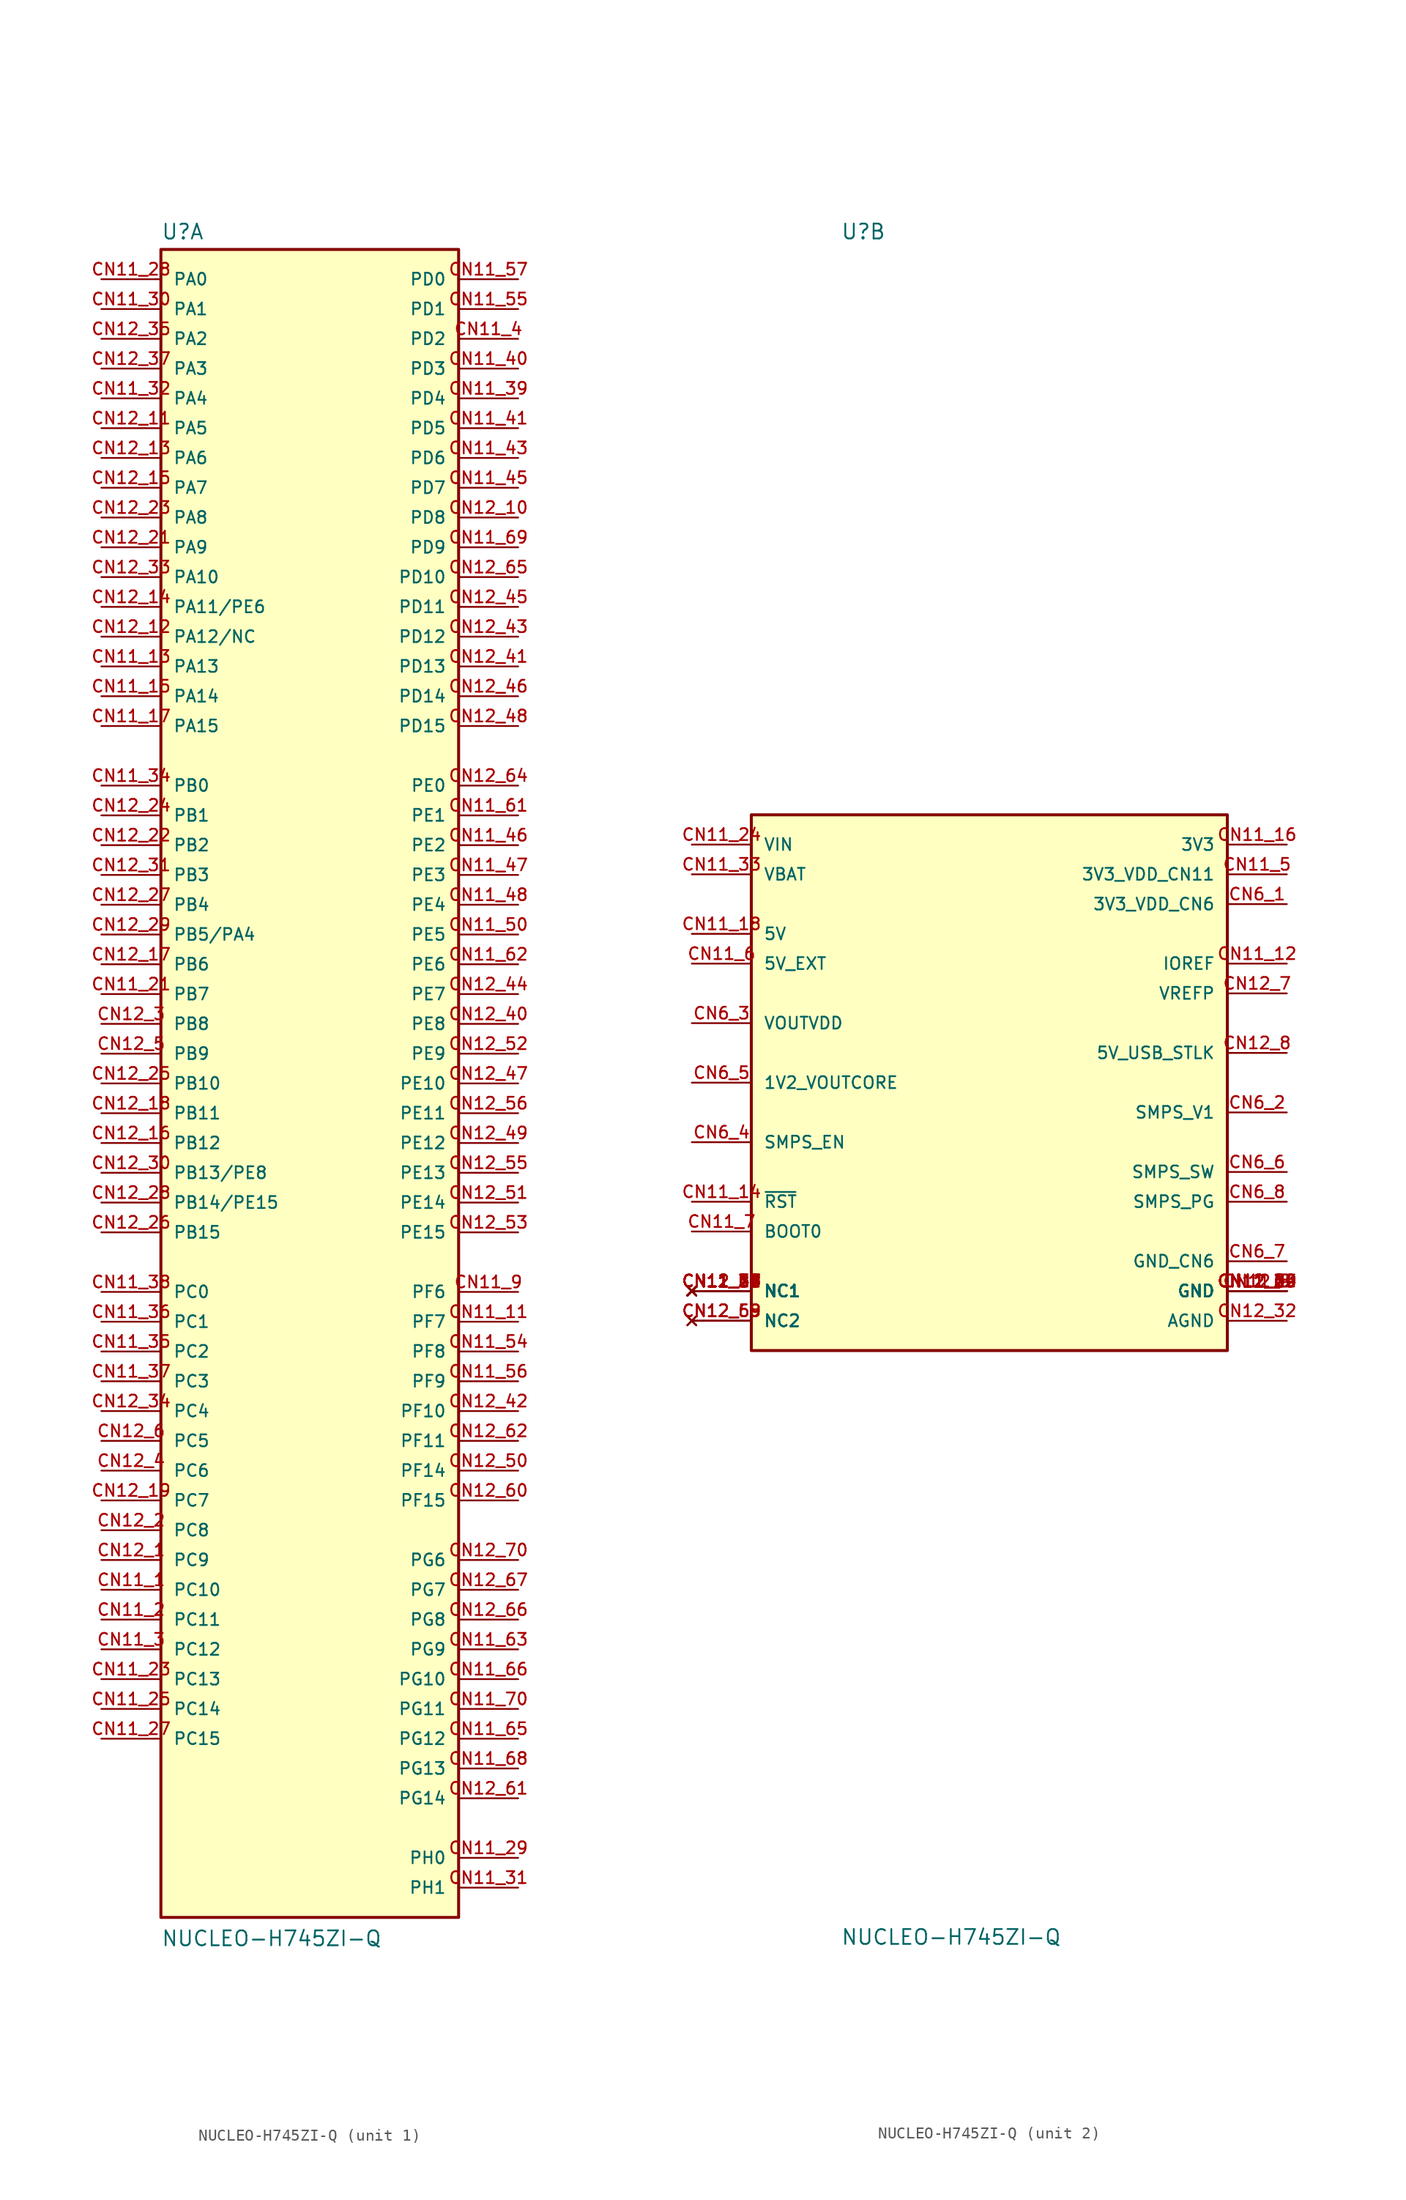
<source format=kicad_sym>
(kicad_symbol_lib
  (version 20211014)
  (generator kicad_symbol_editor)
  (symbol "NUCLEO-H745ZI-Q"
    (pin_names
      (offset 1.016))
    (property "Reference" "U"
      (at -12.7 71.882 0)
      (effects (font (size 1.27 1.27)) (justify left bottom)))
    (property "Value" "NUCLEO-H745ZI-Q"
      (at -12.7 -73.66 0)
      (effects (font (size 1.27 1.27)) (justify left bottom)))
    (symbol "NUCLEO-H745ZI-Q_1_0"
      (rectangle (start -12.7 -71.12) (end 12.7 71.12) (stroke (width 0.254) (type default) (color 0 0 0 0)) (fill (type background)))
      (pin bidirectional line (at -17.78 -43.18 0) (length 5.08) (name "PC10" (effects (font (size 1.016 1.016)))) (number "CN11_1" (effects (font (size 1.016 1.016)))))
      (pin bidirectional line (at 17.78 -20.32 180) (length 5.08) (name "PF7" (effects (font (size 1.016 1.016)))) (number "CN11_11" (effects (font (size 1.016 1.016)))))
      (pin bidirectional line (at -17.78 35.56 0) (length 5.08) (name "PA13" (effects (font (size 1.016 1.016)))) (number "CN11_13" (effects (font (size 1.016 1.016)))))
      (pin bidirectional line (at -17.78 33.02 0) (length 5.08) (name "PA14" (effects (font (size 1.016 1.016)))) (number "CN11_15" (effects (font (size 1.016 1.016)))))
      (pin bidirectional line (at -17.78 30.48 0) (length 5.08) (name "PA15" (effects (font (size 1.016 1.016)))) (number "CN11_17" (effects (font (size 1.016 1.016)))))
      (pin bidirectional line (at -17.78 -45.72 0) (length 5.08) (name "PC11" (effects (font (size 1.016 1.016)))) (number "CN11_2" (effects (font (size 1.016 1.016)))))
      (pin bidirectional line (at -17.78 7.62 0) (length 5.08) (name "PB7" (effects (font (size 1.016 1.016)))) (number "CN11_21" (effects (font (size 1.016 1.016)))))
      (pin bidirectional line (at -17.78 -50.8 0) (length 5.08) (name "PC13" (effects (font (size 1.016 1.016)))) (number "CN11_23" (effects (font (size 1.016 1.016)))))
      (pin bidirectional line (at -17.78 -53.34 0) (length 5.08) (name "PC14" (effects (font (size 1.016 1.016)))) (number "CN11_25" (effects (font (size 1.016 1.016)))))
      (pin bidirectional line (at -17.78 -55.88 0) (length 5.08) (name "PC15" (effects (font (size 1.016 1.016)))) (number "CN11_27" (effects (font (size 1.016 1.016)))))
      (pin bidirectional line (at -17.78 68.58 0) (length 5.08) (name "PA0" (effects (font (size 1.016 1.016)))) (number "CN11_28" (effects (font (size 1.016 1.016)))))
      (pin bidirectional line (at 17.78 -66.04 180) (length 5.08) (name "PH0" (effects (font (size 1.016 1.016)))) (number "CN11_29" (effects (font (size 1.016 1.016)))))
      (pin bidirectional line (at -17.78 -48.26 0) (length 5.08) (name "PC12" (effects (font (size 1.016 1.016)))) (number "CN11_3" (effects (font (size 1.016 1.016)))))
      (pin bidirectional line (at -17.78 66.04 0) (length 5.08) (name "PA1" (effects (font (size 1.016 1.016)))) (number "CN11_30" (effects (font (size 1.016 1.016)))))
      (pin bidirectional line (at 17.78 -68.58 180) (length 5.08) (name "PH1" (effects (font (size 1.016 1.016)))) (number "CN11_31" (effects (font (size 1.016 1.016)))))
      (pin bidirectional line (at -17.78 58.42 0) (length 5.08) (name "PA4" (effects (font (size 1.016 1.016)))) (number "CN11_32" (effects (font (size 1.016 1.016)))))
      (pin bidirectional line (at -17.78 25.4 0) (length 5.08) (name "PB0" (effects (font (size 1.016 1.016)))) (number "CN11_34" (effects (font (size 1.016 1.016)))))
      (pin bidirectional line (at -17.78 -22.86 0) (length 5.08) (name "PC2" (effects (font (size 1.016 1.016)))) (number "CN11_35" (effects (font (size 1.016 1.016)))))
      (pin bidirectional line (at -17.78 -20.32 0) (length 5.08) (name "PC1" (effects (font (size 1.016 1.016)))) (number "CN11_36" (effects (font (size 1.016 1.016)))))
      (pin bidirectional line (at -17.78 -25.4 0) (length 5.08) (name "PC3" (effects (font (size 1.016 1.016)))) (number "CN11_37" (effects (font (size 1.016 1.016)))))
      (pin bidirectional line (at -17.78 -17.78 0) (length 5.08) (name "PC0" (effects (font (size 1.016 1.016)))) (number "CN11_38" (effects (font (size 1.016 1.016)))))
      (pin bidirectional line (at 17.78 58.42 180) (length 5.08) (name "PD4" (effects (font (size 1.016 1.016)))) (number "CN11_39" (effects (font (size 1.016 1.016)))))
      (pin bidirectional line (at 17.78 63.5 180) (length 5.08) (name "PD2" (effects (font (size 1.016 1.016)))) (number "CN11_4" (effects (font (size 1.016 1.016)))))
      (pin bidirectional line (at 17.78 60.96 180) (length 5.08) (name "PD3" (effects (font (size 1.016 1.016)))) (number "CN11_40" (effects (font (size 1.016 1.016)))))
      (pin bidirectional line (at 17.78 55.88 180) (length 5.08) (name "PD5" (effects (font (size 1.016 1.016)))) (number "CN11_41" (effects (font (size 1.016 1.016)))))
      (pin bidirectional line (at 17.78 53.34 180) (length 5.08) (name "PD6" (effects (font (size 1.016 1.016)))) (number "CN11_43" (effects (font (size 1.016 1.016)))))
      (pin bidirectional line (at 17.78 50.8 180) (length 5.08) (name "PD7" (effects (font (size 1.016 1.016)))) (number "CN11_45" (effects (font (size 1.016 1.016)))))
      (pin bidirectional line (at 17.78 20.32 180) (length 5.08) (name "PE2" (effects (font (size 1.016 1.016)))) (number "CN11_46" (effects (font (size 1.016 1.016)))))
      (pin bidirectional line (at 17.78 17.78 180) (length 5.08) (name "PE3" (effects (font (size 1.016 1.016)))) (number "CN11_47" (effects (font (size 1.016 1.016)))))
      (pin bidirectional line (at 17.78 15.24 180) (length 5.08) (name "PE4" (effects (font (size 1.016 1.016)))) (number "CN11_48" (effects (font (size 1.016 1.016)))))
      (pin bidirectional line (at 17.78 12.7 180) (length 5.08) (name "PE5" (effects (font (size 1.016 1.016)))) (number "CN11_50" (effects (font (size 1.016 1.016)))))
      (pin bidirectional line (at 17.78 -22.86 180) (length 5.08) (name "PF8" (effects (font (size 1.016 1.016)))) (number "CN11_54" (effects (font (size 1.016 1.016)))))
      (pin bidirectional line (at 17.78 66.04 180) (length 5.08) (name "PD1" (effects (font (size 1.016 1.016)))) (number "CN11_55" (effects (font (size 1.016 1.016)))))
      (pin bidirectional line (at 17.78 -25.4 180) (length 5.08) (name "PF9" (effects (font (size 1.016 1.016)))) (number "CN11_56" (effects (font (size 1.016 1.016)))))
      (pin bidirectional line (at 17.78 68.58 180) (length 5.08) (name "PD0" (effects (font (size 1.016 1.016)))) (number "CN11_57" (effects (font (size 1.016 1.016)))))
      (pin bidirectional line (at 17.78 22.86 180) (length 5.08) (name "PE1" (effects (font (size 1.016 1.016)))) (number "CN11_61" (effects (font (size 1.016 1.016)))))
      (pin bidirectional line (at 17.78 10.16 180) (length 5.08) (name "PE6" (effects (font (size 1.016 1.016)))) (number "CN11_62" (effects (font (size 1.016 1.016)))))
      (pin bidirectional line (at 17.78 -48.26 180) (length 5.08) (name "PG9" (effects (font (size 1.016 1.016)))) (number "CN11_63" (effects (font (size 1.016 1.016)))))
      (pin bidirectional line (at 17.78 -55.88 180) (length 5.08) (name "PG12" (effects (font (size 1.016 1.016)))) (number "CN11_65" (effects (font (size 1.016 1.016)))))
      (pin bidirectional line (at 17.78 -50.8 180) (length 5.08) (name "PG10" (effects (font (size 1.016 1.016)))) (number "CN11_66" (effects (font (size 1.016 1.016)))))
      (pin bidirectional line (at 17.78 -58.42 180) (length 5.08) (name "PG13" (effects (font (size 1.016 1.016)))) (number "CN11_68" (effects (font (size 1.016 1.016)))))
      (pin bidirectional line (at 17.78 45.72 180) (length 5.08) (name "PD9" (effects (font (size 1.016 1.016)))) (number "CN11_69" (effects (font (size 1.016 1.016)))))
      (pin bidirectional line (at 17.78 -53.34 180) (length 5.08) (name "PG11" (effects (font (size 1.016 1.016)))) (number "CN11_70" (effects (font (size 1.016 1.016)))))
      (pin bidirectional line (at 17.78 -17.78 180) (length 5.08) (name "PF6" (effects (font (size 1.016 1.016)))) (number "CN11_9" (effects (font (size 1.016 1.016)))))
      (pin bidirectional line (at -17.78 -40.64 0) (length 5.08) (name "PC9" (effects (font (size 1.016 1.016)))) (number "CN12_1" (effects (font (size 1.016 1.016)))))
      (pin bidirectional line (at 17.78 48.26 180) (length 5.08) (name "PD8" (effects (font (size 1.016 1.016)))) (number "CN12_10" (effects (font (size 1.016 1.016)))))
      (pin bidirectional line (at -17.78 55.88 0) (length 5.08) (name "PA5" (effects (font (size 1.016 1.016)))) (number "CN12_11" (effects (font (size 1.016 1.016)))))
      (pin bidirectional line (at -17.78 38.1 0) (length 5.08) (name "PA12/NC" (effects (font (size 1.016 1.016)))) (number "CN12_12" (effects (font (size 1.016 1.016)))))
      (pin bidirectional line (at -17.78 53.34 0) (length 5.08) (name "PA6" (effects (font (size 1.016 1.016)))) (number "CN12_13" (effects (font (size 1.016 1.016)))))
      (pin bidirectional line (at -17.78 40.64 0) (length 5.08) (name "PA11/PE6" (effects (font (size 1.016 1.016)))) (number "CN12_14" (effects (font (size 1.016 1.016)))))
      (pin bidirectional line (at -17.78 50.8 0) (length 5.08) (name "PA7" (effects (font (size 1.016 1.016)))) (number "CN12_15" (effects (font (size 1.016 1.016)))))
      (pin bidirectional line (at -17.78 -5.08 0) (length 5.08) (name "PB12" (effects (font (size 1.016 1.016)))) (number "CN12_16" (effects (font (size 1.016 1.016)))))
      (pin bidirectional line (at -17.78 10.16 0) (length 5.08) (name "PB6" (effects (font (size 1.016 1.016)))) (number "CN12_17" (effects (font (size 1.016 1.016)))))
      (pin bidirectional line (at -17.78 -2.54 0) (length 5.08) (name "PB11" (effects (font (size 1.016 1.016)))) (number "CN12_18" (effects (font (size 1.016 1.016)))))
      (pin bidirectional line (at -17.78 -35.56 0) (length 5.08) (name "PC7" (effects (font (size 1.016 1.016)))) (number "CN12_19" (effects (font (size 1.016 1.016)))))
      (pin bidirectional line (at -17.78 -38.1 0) (length 5.08) (name "PC8" (effects (font (size 1.016 1.016)))) (number "CN12_2" (effects (font (size 1.016 1.016)))))
      (pin bidirectional line (at -17.78 45.72 0) (length 5.08) (name "PA9" (effects (font (size 1.016 1.016)))) (number "CN12_21" (effects (font (size 1.016 1.016)))))
      (pin bidirectional line (at -17.78 20.32 0) (length 5.08) (name "PB2" (effects (font (size 1.016 1.016)))) (number "CN12_22" (effects (font (size 1.016 1.016)))))
      (pin bidirectional line (at -17.78 48.26 0) (length 5.08) (name "PA8" (effects (font (size 1.016 1.016)))) (number "CN12_23" (effects (font (size 1.016 1.016)))))
      (pin bidirectional line (at -17.78 22.86 0) (length 5.08) (name "PB1" (effects (font (size 1.016 1.016)))) (number "CN12_24" (effects (font (size 1.016 1.016)))))
      (pin bidirectional line (at -17.78 0 0) (length 5.08) (name "PB10" (effects (font (size 1.016 1.016)))) (number "CN12_25" (effects (font (size 1.016 1.016)))))
      (pin bidirectional line (at -17.78 -12.7 0) (length 5.08) (name "PB15" (effects (font (size 1.016 1.016)))) (number "CN12_26" (effects (font (size 1.016 1.016)))))
      (pin bidirectional line (at -17.78 15.24 0) (length 5.08) (name "PB4" (effects (font (size 1.016 1.016)))) (number "CN12_27" (effects (font (size 1.016 1.016)))))
      (pin bidirectional line (at -17.78 -10.16 0) (length 5.08) (name "PB14/PE15" (effects (font (size 1.016 1.016)))) (number "CN12_28" (effects (font (size 1.016 1.016)))))
      (pin bidirectional line (at -17.78 12.7 0) (length 5.08) (name "PB5/PA4" (effects (font (size 1.016 1.016)))) (number "CN12_29" (effects (font (size 1.016 1.016)))))
      (pin bidirectional line (at -17.78 5.08 0) (length 5.08) (name "PB8" (effects (font (size 1.016 1.016)))) (number "CN12_3" (effects (font (size 1.016 1.016)))))
      (pin bidirectional line (at -17.78 -7.62 0) (length 5.08) (name "PB13/PE8" (effects (font (size 1.016 1.016)))) (number "CN12_30" (effects (font (size 1.016 1.016)))))
      (pin bidirectional line (at -17.78 17.78 0) (length 5.08) (name "PB3" (effects (font (size 1.016 1.016)))) (number "CN12_31" (effects (font (size 1.016 1.016)))))
      (pin bidirectional line (at -17.78 43.18 0) (length 5.08) (name "PA10" (effects (font (size 1.016 1.016)))) (number "CN12_33" (effects (font (size 1.016 1.016)))))
      (pin bidirectional line (at -17.78 -27.94 0) (length 5.08) (name "PC4" (effects (font (size 1.016 1.016)))) (number "CN12_34" (effects (font (size 1.016 1.016)))))
      (pin bidirectional line (at -17.78 63.5 0) (length 5.08) (name "PA2" (effects (font (size 1.016 1.016)))) (number "CN12_35" (effects (font (size 1.016 1.016)))))
      (pin bidirectional line (at -17.78 60.96 0) (length 5.08) (name "PA3" (effects (font (size 1.016 1.016)))) (number "CN12_37" (effects (font (size 1.016 1.016)))))
      (pin bidirectional line (at -17.78 -33.02 0) (length 5.08) (name "PC6" (effects (font (size 1.016 1.016)))) (number "CN12_4" (effects (font (size 1.016 1.016)))))
      (pin bidirectional line (at 17.78 5.08 180) (length 5.08) (name "PE8" (effects (font (size 1.016 1.016)))) (number "CN12_40" (effects (font (size 1.016 1.016)))))
      (pin bidirectional line (at 17.78 35.56 180) (length 5.08) (name "PD13" (effects (font (size 1.016 1.016)))) (number "CN12_41" (effects (font (size 1.016 1.016)))))
      (pin bidirectional line (at 17.78 -27.94 180) (length 5.08) (name "PF10" (effects (font (size 1.016 1.016)))) (number "CN12_42" (effects (font (size 1.016 1.016)))))
      (pin bidirectional line (at 17.78 38.1 180) (length 5.08) (name "PD12" (effects (font (size 1.016 1.016)))) (number "CN12_43" (effects (font (size 1.016 1.016)))))
      (pin bidirectional line (at 17.78 7.62 180) (length 5.08) (name "PE7" (effects (font (size 1.016 1.016)))) (number "CN12_44" (effects (font (size 1.016 1.016)))))
      (pin bidirectional line (at 17.78 40.64 180) (length 5.08) (name "PD11" (effects (font (size 1.016 1.016)))) (number "CN12_45" (effects (font (size 1.016 1.016)))))
      (pin bidirectional line (at 17.78 33.02 180) (length 5.08) (name "PD14" (effects (font (size 1.016 1.016)))) (number "CN12_46" (effects (font (size 1.016 1.016)))))
      (pin bidirectional line (at 17.78 0 180) (length 5.08) (name "PE10" (effects (font (size 1.016 1.016)))) (number "CN12_47" (effects (font (size 1.016 1.016)))))
      (pin bidirectional line (at 17.78 30.48 180) (length 5.08) (name "PD15" (effects (font (size 1.016 1.016)))) (number "CN12_48" (effects (font (size 1.016 1.016)))))
      (pin bidirectional line (at 17.78 -5.08 180) (length 5.08) (name "PE12" (effects (font (size 1.016 1.016)))) (number "CN12_49" (effects (font (size 1.016 1.016)))))
      (pin bidirectional line (at -17.78 2.54 0) (length 5.08) (name "PB9" (effects (font (size 1.016 1.016)))) (number "CN12_5" (effects (font (size 1.016 1.016)))))
      (pin bidirectional line (at 17.78 -33.02 180) (length 5.08) (name "PF14" (effects (font (size 1.016 1.016)))) (number "CN12_50" (effects (font (size 1.016 1.016)))))
      (pin bidirectional line (at 17.78 -10.16 180) (length 5.08) (name "PE14" (effects (font (size 1.016 1.016)))) (number "CN12_51" (effects (font (size 1.016 1.016)))))
      (pin bidirectional line (at 17.78 2.54 180) (length 5.08) (name "PE9" (effects (font (size 1.016 1.016)))) (number "CN12_52" (effects (font (size 1.016 1.016)))))
      (pin bidirectional line (at 17.78 -12.7 180) (length 5.08) (name "PE15" (effects (font (size 1.016 1.016)))) (number "CN12_53" (effects (font (size 1.016 1.016)))))
      (pin bidirectional line (at 17.78 -7.62 180) (length 5.08) (name "PE13" (effects (font (size 1.016 1.016)))) (number "CN12_55" (effects (font (size 1.016 1.016)))))
      (pin bidirectional line (at 17.78 -2.54 180) (length 5.08) (name "PE11" (effects (font (size 1.016 1.016)))) (number "CN12_56" (effects (font (size 1.016 1.016)))))
      (pin bidirectional line (at -17.78 -30.48 0) (length 5.08) (name "PC5" (effects (font (size 1.016 1.016)))) (number "CN12_6" (effects (font (size 1.016 1.016)))))
      (pin bidirectional line (at 17.78 -35.56 180) (length 5.08) (name "PF15" (effects (font (size 1.016 1.016)))) (number "CN12_60" (effects (font (size 1.016 1.016)))))
      (pin bidirectional line (at 17.78 -60.96 180) (length 5.08) (name "PG14" (effects (font (size 1.016 1.016)))) (number "CN12_61" (effects (font (size 1.016 1.016)))))
      (pin bidirectional line (at 17.78 -30.48 180) (length 5.08) (name "PF11" (effects (font (size 1.016 1.016)))) (number "CN12_62" (effects (font (size 1.016 1.016)))))
      (pin bidirectional line (at 17.78 25.4 180) (length 5.08) (name "PE0" (effects (font (size 1.016 1.016)))) (number "CN12_64" (effects (font (size 1.016 1.016)))))
      (pin bidirectional line (at 17.78 43.18 180) (length 5.08) (name "PD10" (effects (font (size 1.016 1.016)))) (number "CN12_65" (effects (font (size 1.016 1.016)))))
      (pin bidirectional line (at 17.78 -45.72 180) (length 5.08) (name "PG8" (effects (font (size 1.016 1.016)))) (number "CN12_66" (effects (font (size 1.016 1.016)))))
      (pin bidirectional line (at 17.78 -43.18 180) (length 5.08) (name "PG7" (effects (font (size 1.016 1.016)))) (number "CN12_67" (effects (font (size 1.016 1.016)))))
      (pin bidirectional line (at 17.78 -40.64 180) (length 5.08) (name "PG6" (effects (font (size 1.016 1.016)))) (number "CN12_70" (effects (font (size 1.016 1.016))))))
    (symbol "NUCLEO-H745ZI-Q_2_0"
      (rectangle (start -20.32 -22.86) (end 20.32 22.86) (stroke (width 0.254) (type default) (color 0 0 0 0)) (fill (type background)))
      (pin no_connect line (at -25.4 -17.78 0) (length 5.08) (name "NC1" (effects (font (size 1.016 1.016)))) (number "CN11_10" (effects (font (size 1.016 1.016)))))
      (pin power_in line (at 25.4 10.16 180) (length 5.08) (name "IOREF" (effects (font (size 1.016 1.016)))) (number "CN11_12" (effects (font (size 1.016 1.016)))))
      (pin input line (at -25.4 -10.16 0) (length 5.08) (name "~{RST}" (effects (font (size 1.016 1.016)))) (number "CN11_14" (effects (font (size 1.016 1.016)))))
      (pin power_in line (at 25.4 20.32 180) (length 5.08) (name "3V3" (effects (font (size 1.016 1.016)))) (number "CN11_16" (effects (font (size 1.016 1.016)))))
      (pin power_in line (at -25.4 12.7 0) (length 5.08) (name "5V" (effects (font (size 1.016 1.016)))) (number "CN11_18" (effects (font (size 1.016 1.016)))))
      (pin power_in line (at 25.4 -17.78 180) (length 5.08) (name "GND" (effects (font (size 1.016 1.016)))) (number "CN11_19" (effects (font (size 1.016 1.016)))))
      (pin power_in line (at 25.4 -17.78 180) (length 5.08) (name "GND" (effects (font (size 1.016 1.016)))) (number "CN11_20" (effects (font (size 1.016 1.016)))))
      (pin power_in line (at 25.4 -17.78 180) (length 5.08) (name "GND" (effects (font (size 1.016 1.016)))) (number "CN11_22" (effects (font (size 1.016 1.016)))))
      (pin power_in line (at -25.4 20.32 0) (length 5.08) (name "VIN" (effects (font (size 1.016 1.016)))) (number "CN11_24" (effects (font (size 1.016 1.016)))))
      (pin no_connect line (at -25.4 -17.78 0) (length 5.08) (name "NC1" (effects (font (size 1.016 1.016)))) (number "CN11_26" (effects (font (size 1.016 1.016)))))
      (pin power_in line (at -25.4 17.78 0) (length 5.08) (name "VBAT" (effects (font (size 1.016 1.016)))) (number "CN11_33" (effects (font (size 1.016 1.016)))))
      (pin no_connect line (at -25.4 -17.78 0) (length 5.08) (name "NC1" (effects (font (size 1.016 1.016)))) (number "CN11_42" (effects (font (size 1.016 1.016)))))
      (pin no_connect line (at -25.4 -17.78 0) (length 5.08) (name "NC1" (effects (font (size 1.016 1.016)))) (number "CN11_44" (effects (font (size 1.016 1.016)))))
      (pin power_in line (at 25.4 -17.78 180) (length 5.08) (name "GND" (effects (font (size 1.016 1.016)))) (number "CN11_49" (effects (font (size 1.016 1.016)))))
      (pin power_in line (at 25.4 17.78 180) (length 5.08) (name "3V3_VDD_CN11" (effects (font (size 1.016 1.016)))) (number "CN11_5" (effects (font (size 1.016 1.016)))))
      (pin no_connect line (at -25.4 -17.78 0) (length 5.08) (name "NC1" (effects (font (size 1.016 1.016)))) (number "CN11_51" (effects (font (size 1.016 1.016)))))
      (pin no_connect line (at -25.4 -17.78 0) (length 5.08) (name "NC1" (effects (font (size 1.016 1.016)))) (number "CN11_52" (effects (font (size 1.016 1.016)))))
      (pin no_connect line (at -25.4 -17.78 0) (length 5.08) (name "NC1" (effects (font (size 1.016 1.016)))) (number "CN11_53" (effects (font (size 1.016 1.016)))))
      (pin no_connect line (at -25.4 -17.78 0) (length 5.08) (name "NC1" (effects (font (size 1.016 1.016)))) (number "CN11_58" (effects (font (size 1.016 1.016)))))
      (pin no_connect line (at -25.4 -17.78 0) (length 5.08) (name "NC1" (effects (font (size 1.016 1.016)))) (number "CN11_59" (effects (font (size 1.016 1.016)))))
      (pin power_in line (at -25.4 10.16 0) (length 5.08) (name "5V_EXT" (effects (font (size 1.016 1.016)))) (number "CN11_6" (effects (font (size 1.016 1.016)))))
      (pin power_in line (at 25.4 -17.78 180) (length 5.08) (name "GND" (effects (font (size 1.016 1.016)))) (number "CN11_60" (effects (font (size 1.016 1.016)))))
      (pin no_connect line (at -25.4 -17.78 0) (length 5.08) (name "NC1" (effects (font (size 1.016 1.016)))) (number "CN11_64" (effects (font (size 1.016 1.016)))))
      (pin no_connect line (at -25.4 -17.78 0) (length 5.08) (name "NC1" (effects (font (size 1.016 1.016)))) (number "CN11_67" (effects (font (size 1.016 1.016)))))
      (pin input line (at -25.4 -12.7 0) (length 5.08) (name "BOOT0" (effects (font (size 1.016 1.016)))) (number "CN11_7" (effects (font (size 1.016 1.016)))))
      (pin power_in line (at 25.4 -17.78 180) (length 5.08) (name "GND" (effects (font (size 1.016 1.016)))) (number "CN11_8" (effects (font (size 1.016 1.016)))))
      (pin power_in line (at 25.4 -17.78 180) (length 5.08) (name "GND" (effects (font (size 1.016 1.016)))) (number "CN12_20" (effects (font (size 1.016 1.016)))))
      (pin power_in line (at 25.4 -20.32 180) (length 5.08) (name "AGND" (effects (font (size 1.016 1.016)))) (number "CN12_32" (effects (font (size 1.016 1.016)))))
      (pin no_connect line (at -25.4 -17.78 0) (length 5.08) (name "NC1" (effects (font (size 1.016 1.016)))) (number "CN12_36" (effects (font (size 1.016 1.016)))))
      (pin no_connect line (at -25.4 -17.78 0) (length 5.08) (name "NC1" (effects (font (size 1.016 1.016)))) (number "CN12_38" (effects (font (size 1.016 1.016)))))
      (pin power_in line (at 25.4 -17.78 180) (length 5.08) (name "GND" (effects (font (size 1.016 1.016)))) (number "CN12_39" (effects (font (size 1.016 1.016)))))
      (pin power_in line (at 25.4 -17.78 180) (length 5.08) (name "GND" (effects (font (size 1.016 1.016)))) (number "CN12_54" (effects (font (size 1.016 1.016)))))
      (pin no_connect line (at -25.4 -17.78 0) (length 5.08) (name "NC1" (effects (font (size 1.016 1.016)))) (number "CN12_57" (effects (font (size 1.016 1.016)))))
      (pin no_connect line (at -25.4 -17.78 0) (length 5.08) (name "NC1" (effects (font (size 1.016 1.016)))) (number "CN12_58" (effects (font (size 1.016 1.016)))))
      (pin no_connect line (at -25.4 -20.32 0) (length 5.08) (name "NC2" (effects (font (size 1.016 1.016)))) (number "CN12_59" (effects (font (size 1.016 1.016)))))
      (pin power_in line (at 25.4 -17.78 180) (length 5.08) (name "GND" (effects (font (size 1.016 1.016)))) (number "CN12_63" (effects (font (size 1.016 1.016)))))
      (pin no_connect line (at -25.4 -20.32 0) (length 5.08) (name "NC2" (effects (font (size 1.016 1.016)))) (number "CN12_68" (effects (font (size 1.016 1.016)))))
      (pin no_connect line (at -25.4 -20.32 0) (length 5.08) (name "NC2" (effects (font (size 1.016 1.016)))) (number "CN12_69" (effects (font (size 1.016 1.016)))))
      (pin power_in line (at 25.4 7.62 180) (length 5.08) (name "VREFP" (effects (font (size 1.016 1.016)))) (number "CN12_7" (effects (font (size 1.016 1.016)))))
      (pin power_in line (at 25.4 2.54 180) (length 5.08) (name "5V_USB_STLK" (effects (font (size 1.016 1.016)))) (number "CN12_8" (effects (font (size 1.016 1.016)))))
      (pin power_in line (at 25.4 -17.78 180) (length 5.08) (name "GND" (effects (font (size 1.016 1.016)))) (number "CN12_9" (effects (font (size 1.016 1.016)))))
      (pin power_in line (at 25.4 15.24 180) (length 5.08) (name "3V3_VDD_CN6" (effects (font (size 1.016 1.016)))) (number "CN6_1" (effects (font (size 1.016 1.016)))))
      (pin power_in line (at 25.4 -2.54 180) (length 5.08) (name "SMPS_V1" (effects (font (size 1.016 1.016)))) (number "CN6_2" (effects (font (size 1.016 1.016)))))
      (pin power_in line (at -25.4 5.08 0) (length 5.08) (name "VOUTVDD" (effects (font (size 1.016 1.016)))) (number "CN6_3" (effects (font (size 1.016 1.016)))))
      (pin input line (at -25.4 -5.08 0) (length 5.08) (name "SMPS_EN" (effects (font (size 1.016 1.016)))) (number "CN6_4" (effects (font (size 1.016 1.016)))))
      (pin power_in line (at -25.4 0 0) (length 5.08) (name "1V2_VOUTCORE" (effects (font (size 1.016 1.016)))) (number "CN6_5" (effects (font (size 1.016 1.016)))))
      (pin output line (at 25.4 -7.62 180) (length 5.08) (name "SMPS_SW" (effects (font (size 1.016 1.016)))) (number "CN6_6" (effects (font (size 1.016 1.016)))))
      (pin power_in line (at 25.4 -15.24 180) (length 5.08) (name "GND_CN6" (effects (font (size 1.016 1.016)))) (number "CN6_7" (effects (font (size 1.016 1.016)))))
      (pin output line (at 25.4 -10.16 180) (length 5.08) (name "SMPS_PG" (effects (font (size 1.016 1.016)))) (number "CN6_8" (effects (font (size 1.016 1.016))))))))
</source>
